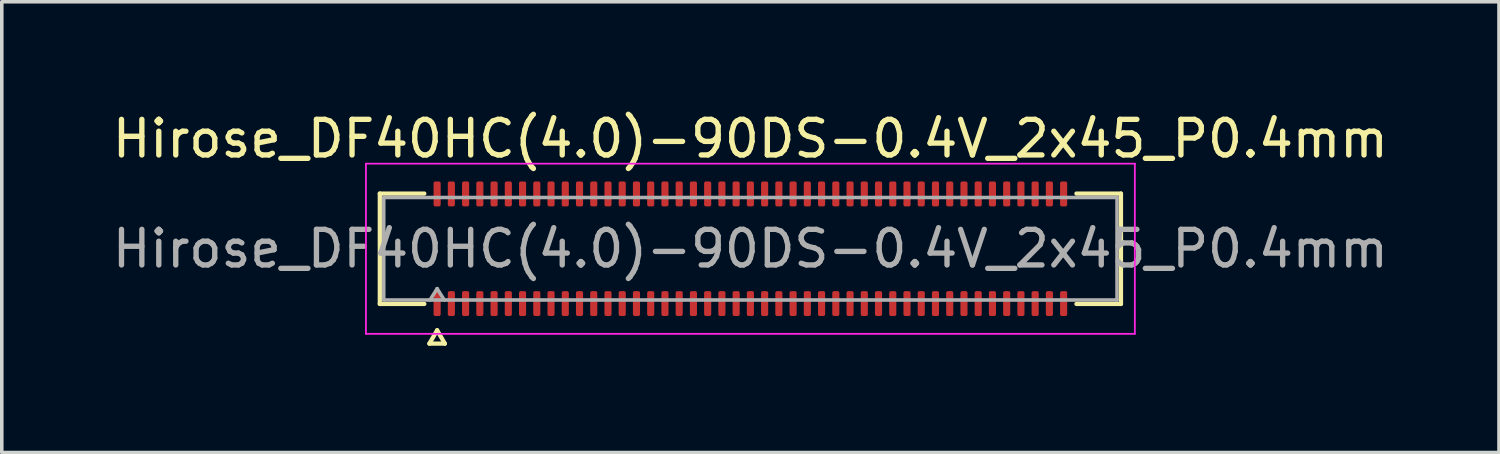
<source format=kicad_pcb>
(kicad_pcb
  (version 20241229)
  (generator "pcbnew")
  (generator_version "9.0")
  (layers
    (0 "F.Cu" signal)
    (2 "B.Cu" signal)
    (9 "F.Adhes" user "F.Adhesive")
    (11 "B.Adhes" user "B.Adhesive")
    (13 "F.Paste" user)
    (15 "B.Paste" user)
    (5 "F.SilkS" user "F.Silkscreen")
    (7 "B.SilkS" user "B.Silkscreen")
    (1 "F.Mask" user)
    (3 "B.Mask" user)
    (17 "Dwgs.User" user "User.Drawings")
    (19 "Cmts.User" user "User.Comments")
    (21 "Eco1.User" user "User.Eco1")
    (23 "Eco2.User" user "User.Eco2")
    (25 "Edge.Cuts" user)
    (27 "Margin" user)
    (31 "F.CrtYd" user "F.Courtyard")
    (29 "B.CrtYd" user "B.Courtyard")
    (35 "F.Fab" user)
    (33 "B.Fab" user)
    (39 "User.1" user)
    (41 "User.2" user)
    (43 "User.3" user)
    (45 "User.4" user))
  (footprint "Hirose_DF40HC(4.0)-90DS-0.4V_2x45_P0.4mm"
    (layer "F.Cu")
    (at 18.03 3.938)
    (property "Reference" "Hirose_DF40HC(4.0)-90DS-0.4V_2x45_P0.4mm" (at 0 -3.09 0) (layer "F.SilkS") (effects (font (size 1 1) (thickness 0.15))))
    (attr smd)
    (fp_line (start -10.41 -1.55) (end -9.16 -1.55) (stroke (width 0.12) (type solid)) (layer "F.SilkS"))
    (fp_line (start -10.41 1.55) (end -10.41 -1.55) (stroke (width 0.12) (type solid)) (layer "F.SilkS"))
    (fp_line (start -9.16 1.55) (end -10.41 1.55) (stroke (width 0.12) (type solid)) (layer "F.SilkS"))
    (fp_line (start -9.017 2.665) (end -8.8 2.29) (stroke (width 0.12) (type solid)) (layer "F.SilkS"))
    (fp_line (start -8.8 2.29) (end -8.583 2.665) (stroke (width 0.12) (type solid)) (layer "F.SilkS"))
    (fp_line (start -8.583 2.665) (end -9.017 2.665) (stroke (width 0.12) (type solid)) (layer "F.SilkS"))
    (fp_line (start 9.16 -1.55) (end 10.41 -1.55) (stroke (width 0.12) (type solid)) (layer "F.SilkS"))
    (fp_line (start 10.41 -1.55) (end 10.41 1.55) (stroke (width 0.12) (type solid)) (layer "F.SilkS"))
    (fp_line (start 10.41 1.55) (end 9.16 1.55) (stroke (width 0.12) (type solid)) (layer "F.SilkS"))
    (fp_line (start -10.8 -2.39) (end -10.8 2.39) (stroke (width 0.05) (type solid)) (layer "F.CrtYd"))
    (fp_line (start -10.8 2.39) (end 10.8 2.39) (stroke (width 0.05) (type solid)) (layer "F.CrtYd"))
    (fp_line (start 10.8 -2.39) (end -10.8 -2.39) (stroke (width 0.05) (type solid)) (layer "F.CrtYd"))
    (fp_line (start 10.8 2.39) (end 10.8 -2.39) (stroke (width 0.05) (type solid)) (layer "F.CrtYd"))
    (fp_line (start -10.3 -1.44) (end 10.3 -1.44) (stroke (width 0.1) (type solid)) (layer "F.Fab"))
    (fp_line (start -10.3 1.44) (end -10.3 -1.44) (stroke (width 0.1) (type solid)) (layer "F.Fab"))
    (fp_line (start -9 1.44) (end -8.8 1.12) (stroke (width 0.1) (type solid)) (layer "F.Fab"))
    (fp_line (start -8.8 1.12) (end -8.6 1.44) (stroke (width 0.1) (type solid)) (layer "F.Fab"))
    (fp_line (start 10.3 -1.44) (end 10.3 1.44) (stroke (width 0.1) (type solid)) (layer "F.Fab"))
    (fp_line (start 10.3 1.44) (end -10.3 1.44) (stroke (width 0.1) (type solid)) (layer "F.Fab"))
    (fp_text user "${REFERENCE}" (at 0 0 0) (layer "F.Fab") (effects (font (size 1 1) (thickness 0.15))))
    (pad "1" smd roundrect (at -8.8 1.54) (size 0.2 0.7) (layers "F.Cu" "F.Mask" "F.Paste") (roundrect_rratio 0.25))
    (pad "2" smd roundrect (at -8.8 -1.54) (size 0.2 0.7) (layers "F.Cu" "F.Mask" "F.Paste") (roundrect_rratio 0.25))
    (pad "3" smd roundrect (at -8.4 1.54) (size 0.2 0.7) (layers "F.Cu" "F.Mask" "F.Paste") (roundrect_rratio 0.25))
    (pad "4" smd roundrect (at -8.4 -1.54) (size 0.2 0.7) (layers "F.Cu" "F.Mask" "F.Paste") (roundrect_rratio 0.25))
    (pad "5" smd roundrect (at -8 1.54) (size 0.2 0.7) (layers "F.Cu" "F.Mask" "F.Paste") (roundrect_rratio 0.25))
    (pad "6" smd roundrect (at -8 -1.54) (size 0.2 0.7) (layers "F.Cu" "F.Mask" "F.Paste") (roundrect_rratio 0.25))
    (pad "7" smd roundrect (at -7.6 1.54) (size 0.2 0.7) (layers "F.Cu" "F.Mask" "F.Paste") (roundrect_rratio 0.25))
    (pad "8" smd roundrect (at -7.6 -1.54) (size 0.2 0.7) (layers "F.Cu" "F.Mask" "F.Paste") (roundrect_rratio 0.25))
    (pad "9" smd roundrect (at -7.2 1.54) (size 0.2 0.7) (layers "F.Cu" "F.Mask" "F.Paste") (roundrect_rratio 0.25))
    (pad "10" smd roundrect (at -7.2 -1.54) (size 0.2 0.7) (layers "F.Cu" "F.Mask" "F.Paste") (roundrect_rratio 0.25))
    (pad "11" smd roundrect (at -6.8 1.54) (size 0.2 0.7) (layers "F.Cu" "F.Mask" "F.Paste") (roundrect_rratio 0.25))
    (pad "12" smd roundrect (at -6.8 -1.54) (size 0.2 0.7) (layers "F.Cu" "F.Mask" "F.Paste") (roundrect_rratio 0.25))
    (pad "13" smd roundrect (at -6.4 1.54) (size 0.2 0.7) (layers "F.Cu" "F.Mask" "F.Paste") (roundrect_rratio 0.25))
    (pad "14" smd roundrect (at -6.4 -1.54) (size 0.2 0.7) (layers "F.Cu" "F.Mask" "F.Paste") (roundrect_rratio 0.25))
    (pad "15" smd roundrect (at -6 1.54) (size 0.2 0.7) (layers "F.Cu" "F.Mask" "F.Paste") (roundrect_rratio 0.25))
    (pad "16" smd roundrect (at -6 -1.54) (size 0.2 0.7) (layers "F.Cu" "F.Mask" "F.Paste") (roundrect_rratio 0.25))
    (pad "17" smd roundrect (at -5.6 1.54) (size 0.2 0.7) (layers "F.Cu" "F.Mask" "F.Paste") (roundrect_rratio 0.25))
    (pad "18" smd roundrect (at -5.6 -1.54) (size 0.2 0.7) (layers "F.Cu" "F.Mask" "F.Paste") (roundrect_rratio 0.25))
    (pad "19" smd roundrect (at -5.2 1.54) (size 0.2 0.7) (layers "F.Cu" "F.Mask" "F.Paste") (roundrect_rratio 0.25))
    (pad "20" smd roundrect (at -5.2 -1.54) (size 0.2 0.7) (layers "F.Cu" "F.Mask" "F.Paste") (roundrect_rratio 0.25))
    (pad "21" smd roundrect (at -4.8 1.54) (size 0.2 0.7) (layers "F.Cu" "F.Mask" "F.Paste") (roundrect_rratio 0.25))
    (pad "22" smd roundrect (at -4.8 -1.54) (size 0.2 0.7) (layers "F.Cu" "F.Mask" "F.Paste") (roundrect_rratio 0.25))
    (pad "23" smd roundrect (at -4.4 1.54) (size 0.2 0.7) (layers "F.Cu" "F.Mask" "F.Paste") (roundrect_rratio 0.25))
    (pad "24" smd roundrect (at -4.4 -1.54) (size 0.2 0.7) (layers "F.Cu" "F.Mask" "F.Paste") (roundrect_rratio 0.25))
    (pad "25" smd roundrect (at -4 1.54) (size 0.2 0.7) (layers "F.Cu" "F.Mask" "F.Paste") (roundrect_rratio 0.25))
    (pad "26" smd roundrect (at -4 -1.54) (size 0.2 0.7) (layers "F.Cu" "F.Mask" "F.Paste") (roundrect_rratio 0.25))
    (pad "27" smd roundrect (at -3.6 1.54) (size 0.2 0.7) (layers "F.Cu" "F.Mask" "F.Paste") (roundrect_rratio 0.25))
    (pad "28" smd roundrect (at -3.6 -1.54) (size 0.2 0.7) (layers "F.Cu" "F.Mask" "F.Paste") (roundrect_rratio 0.25))
    (pad "29" smd roundrect (at -3.2 1.54) (size 0.2 0.7) (layers "F.Cu" "F.Mask" "F.Paste") (roundrect_rratio 0.25))
    (pad "30" smd roundrect (at -3.2 -1.54) (size 0.2 0.7) (layers "F.Cu" "F.Mask" "F.Paste") (roundrect_rratio 0.25))
    (pad "31" smd roundrect (at -2.8 1.54) (size 0.2 0.7) (layers "F.Cu" "F.Mask" "F.Paste") (roundrect_rratio 0.25))
    (pad "32" smd roundrect (at -2.8 -1.54) (size 0.2 0.7) (layers "F.Cu" "F.Mask" "F.Paste") (roundrect_rratio 0.25))
    (pad "33" smd roundrect (at -2.4 1.54) (size 0.2 0.7) (layers "F.Cu" "F.Mask" "F.Paste") (roundrect_rratio 0.25))
    (pad "34" smd roundrect (at -2.4 -1.54) (size 0.2 0.7) (layers "F.Cu" "F.Mask" "F.Paste") (roundrect_rratio 0.25))
    (pad "35" smd roundrect (at -2 1.54) (size 0.2 0.7) (layers "F.Cu" "F.Mask" "F.Paste") (roundrect_rratio 0.25))
    (pad "36" smd roundrect (at -2 -1.54) (size 0.2 0.7) (layers "F.Cu" "F.Mask" "F.Paste") (roundrect_rratio 0.25))
    (pad "37" smd roundrect (at -1.6 1.54) (size 0.2 0.7) (layers "F.Cu" "F.Mask" "F.Paste") (roundrect_rratio 0.25))
    (pad "38" smd roundrect (at -1.6 -1.54) (size 0.2 0.7) (layers "F.Cu" "F.Mask" "F.Paste") (roundrect_rratio 0.25))
    (pad "39" smd roundrect (at -1.2 1.54) (size 0.2 0.7) (layers "F.Cu" "F.Mask" "F.Paste") (roundrect_rratio 0.25))
    (pad "40" smd roundrect (at -1.2 -1.54) (size 0.2 0.7) (layers "F.Cu" "F.Mask" "F.Paste") (roundrect_rratio 0.25))
    (pad "41" smd roundrect (at -0.8 1.54) (size 0.2 0.7) (layers "F.Cu" "F.Mask" "F.Paste") (roundrect_rratio 0.25))
    (pad "42" smd roundrect (at -0.8 -1.54) (size 0.2 0.7) (layers "F.Cu" "F.Mask" "F.Paste") (roundrect_rratio 0.25))
    (pad "43" smd roundrect (at -0.4 1.54) (size 0.2 0.7) (layers "F.Cu" "F.Mask" "F.Paste") (roundrect_rratio 0.25))
    (pad "44" smd roundrect (at -0.4 -1.54) (size 0.2 0.7) (layers "F.Cu" "F.Mask" "F.Paste") (roundrect_rratio 0.25))
    (pad "45" smd roundrect (at 0 1.54) (size 0.2 0.7) (layers "F.Cu" "F.Mask" "F.Paste") (roundrect_rratio 0.25))
    (pad "46" smd roundrect (at 0 -1.54) (size 0.2 0.7) (layers "F.Cu" "F.Mask" "F.Paste") (roundrect_rratio 0.25))
    (pad "47" smd roundrect (at 0.4 1.54) (size 0.2 0.7) (layers "F.Cu" "F.Mask" "F.Paste") (roundrect_rratio 0.25))
    (pad "48" smd roundrect (at 0.4 -1.54) (size 0.2 0.7) (layers "F.Cu" "F.Mask" "F.Paste") (roundrect_rratio 0.25))
    (pad "49" smd roundrect (at 0.8 1.54) (size 0.2 0.7) (layers "F.Cu" "F.Mask" "F.Paste") (roundrect_rratio 0.25))
    (pad "50" smd roundrect (at 0.8 -1.54) (size 0.2 0.7) (layers "F.Cu" "F.Mask" "F.Paste") (roundrect_rratio 0.25))
    (pad "51" smd roundrect (at 1.2 1.54) (size 0.2 0.7) (layers "F.Cu" "F.Mask" "F.Paste") (roundrect_rratio 0.25))
    (pad "52" smd roundrect (at 1.2 -1.54) (size 0.2 0.7) (layers "F.Cu" "F.Mask" "F.Paste") (roundrect_rratio 0.25))
    (pad "53" smd roundrect (at 1.6 1.54) (size 0.2 0.7) (layers "F.Cu" "F.Mask" "F.Paste") (roundrect_rratio 0.25))
    (pad "54" smd roundrect (at 1.6 -1.54) (size 0.2 0.7) (layers "F.Cu" "F.Mask" "F.Paste") (roundrect_rratio 0.25))
    (pad "55" smd roundrect (at 2 1.54) (size 0.2 0.7) (layers "F.Cu" "F.Mask" "F.Paste") (roundrect_rratio 0.25))
    (pad "56" smd roundrect (at 2 -1.54) (size 0.2 0.7) (layers "F.Cu" "F.Mask" "F.Paste") (roundrect_rratio 0.25))
    (pad "57" smd roundrect (at 2.4 1.54) (size 0.2 0.7) (layers "F.Cu" "F.Mask" "F.Paste") (roundrect_rratio 0.25))
    (pad "58" smd roundrect (at 2.4 -1.54) (size 0.2 0.7) (layers "F.Cu" "F.Mask" "F.Paste") (roundrect_rratio 0.25))
    (pad "59" smd roundrect (at 2.8 1.54) (size 0.2 0.7) (layers "F.Cu" "F.Mask" "F.Paste") (roundrect_rratio 0.25))
    (pad "60" smd roundrect (at 2.8 -1.54) (size 0.2 0.7) (layers "F.Cu" "F.Mask" "F.Paste") (roundrect_rratio 0.25))
    (pad "61" smd roundrect (at 3.2 1.54) (size 0.2 0.7) (layers "F.Cu" "F.Mask" "F.Paste") (roundrect_rratio 0.25))
    (pad "62" smd roundrect (at 3.2 -1.54) (size 0.2 0.7) (layers "F.Cu" "F.Mask" "F.Paste") (roundrect_rratio 0.25))
    (pad "63" smd roundrect (at 3.6 1.54) (size 0.2 0.7) (layers "F.Cu" "F.Mask" "F.Paste") (roundrect_rratio 0.25))
    (pad "64" smd roundrect (at 3.6 -1.54) (size 0.2 0.7) (layers "F.Cu" "F.Mask" "F.Paste") (roundrect_rratio 0.25))
    (pad "65" smd roundrect (at 4 1.54) (size 0.2 0.7) (layers "F.Cu" "F.Mask" "F.Paste") (roundrect_rratio 0.25))
    (pad "66" smd roundrect (at 4 -1.54) (size 0.2 0.7) (layers "F.Cu" "F.Mask" "F.Paste") (roundrect_rratio 0.25))
    (pad "67" smd roundrect (at 4.4 1.54) (size 0.2 0.7) (layers "F.Cu" "F.Mask" "F.Paste") (roundrect_rratio 0.25))
    (pad "68" smd roundrect (at 4.4 -1.54) (size 0.2 0.7) (layers "F.Cu" "F.Mask" "F.Paste") (roundrect_rratio 0.25))
    (pad "69" smd roundrect (at 4.8 1.54) (size 0.2 0.7) (layers "F.Cu" "F.Mask" "F.Paste") (roundrect_rratio 0.25))
    (pad "70" smd roundrect (at 4.8 -1.54) (size 0.2 0.7) (layers "F.Cu" "F.Mask" "F.Paste") (roundrect_rratio 0.25))
    (pad "71" smd roundrect (at 5.2 1.54) (size 0.2 0.7) (layers "F.Cu" "F.Mask" "F.Paste") (roundrect_rratio 0.25))
    (pad "72" smd roundrect (at 5.2 -1.54) (size 0.2 0.7) (layers "F.Cu" "F.Mask" "F.Paste") (roundrect_rratio 0.25))
    (pad "73" smd roundrect (at 5.6 1.54) (size 0.2 0.7) (layers "F.Cu" "F.Mask" "F.Paste") (roundrect_rratio 0.25))
    (pad "74" smd roundrect (at 5.6 -1.54) (size 0.2 0.7) (layers "F.Cu" "F.Mask" "F.Paste") (roundrect_rratio 0.25))
    (pad "75" smd roundrect (at 6 1.54) (size 0.2 0.7) (layers "F.Cu" "F.Mask" "F.Paste") (roundrect_rratio 0.25))
    (pad "76" smd roundrect (at 6 -1.54) (size 0.2 0.7) (layers "F.Cu" "F.Mask" "F.Paste") (roundrect_rratio 0.25))
    (pad "77" smd roundrect (at 6.4 1.54) (size 0.2 0.7) (layers "F.Cu" "F.Mask" "F.Paste") (roundrect_rratio 0.25))
    (pad "78" smd roundrect (at 6.4 -1.54) (size 0.2 0.7) (layers "F.Cu" "F.Mask" "F.Paste") (roundrect_rratio 0.25))
    (pad "79" smd roundrect (at 6.8 1.54) (size 0.2 0.7) (layers "F.Cu" "F.Mask" "F.Paste") (roundrect_rratio 0.25))
    (pad "80" smd roundrect (at 6.8 -1.54) (size 0.2 0.7) (layers "F.Cu" "F.Mask" "F.Paste") (roundrect_rratio 0.25))
    (pad "81" smd roundrect (at 7.2 1.54) (size 0.2 0.7) (layers "F.Cu" "F.Mask" "F.Paste") (roundrect_rratio 0.25))
    (pad "82" smd roundrect (at 7.2 -1.54) (size 0.2 0.7) (layers "F.Cu" "F.Mask" "F.Paste") (roundrect_rratio 0.25))
    (pad "83" smd roundrect (at 7.6 1.54) (size 0.2 0.7) (layers "F.Cu" "F.Mask" "F.Paste") (roundrect_rratio 0.25))
    (pad "84" smd roundrect (at 7.6 -1.54) (size 0.2 0.7) (layers "F.Cu" "F.Mask" "F.Paste") (roundrect_rratio 0.25))
    (pad "85" smd roundrect (at 8 1.54) (size 0.2 0.7) (layers "F.Cu" "F.Mask" "F.Paste") (roundrect_rratio 0.25))
    (pad "86" smd roundrect (at 8 -1.54) (size 0.2 0.7) (layers "F.Cu" "F.Mask" "F.Paste") (roundrect_rratio 0.25))
    (pad "87" smd roundrect (at 8.4 1.54) (size 0.2 0.7) (layers "F.Cu" "F.Mask" "F.Paste") (roundrect_rratio 0.25))
    (pad "88" smd roundrect (at 8.4 -1.54) (size 0.2 0.7) (layers "F.Cu" "F.Mask" "F.Paste") (roundrect_rratio 0.25))
    (pad "89" smd roundrect (at 8.8 1.54) (size 0.2 0.7) (layers "F.Cu" "F.Mask" "F.Paste") (roundrect_rratio 0.25))
    (pad "90" smd roundrect (at 8.8 -1.54) (size 0.2 0.7) (layers "F.Cu" "F.Mask" "F.Paste") (roundrect_rratio 0.25)))
  (gr_rect
    (start -3 -3)
    (end 39.06 9.663)
    (stroke (width 0.1) (type default))
    (fill no)
    (layer "Edge.Cuts")))
</source>
